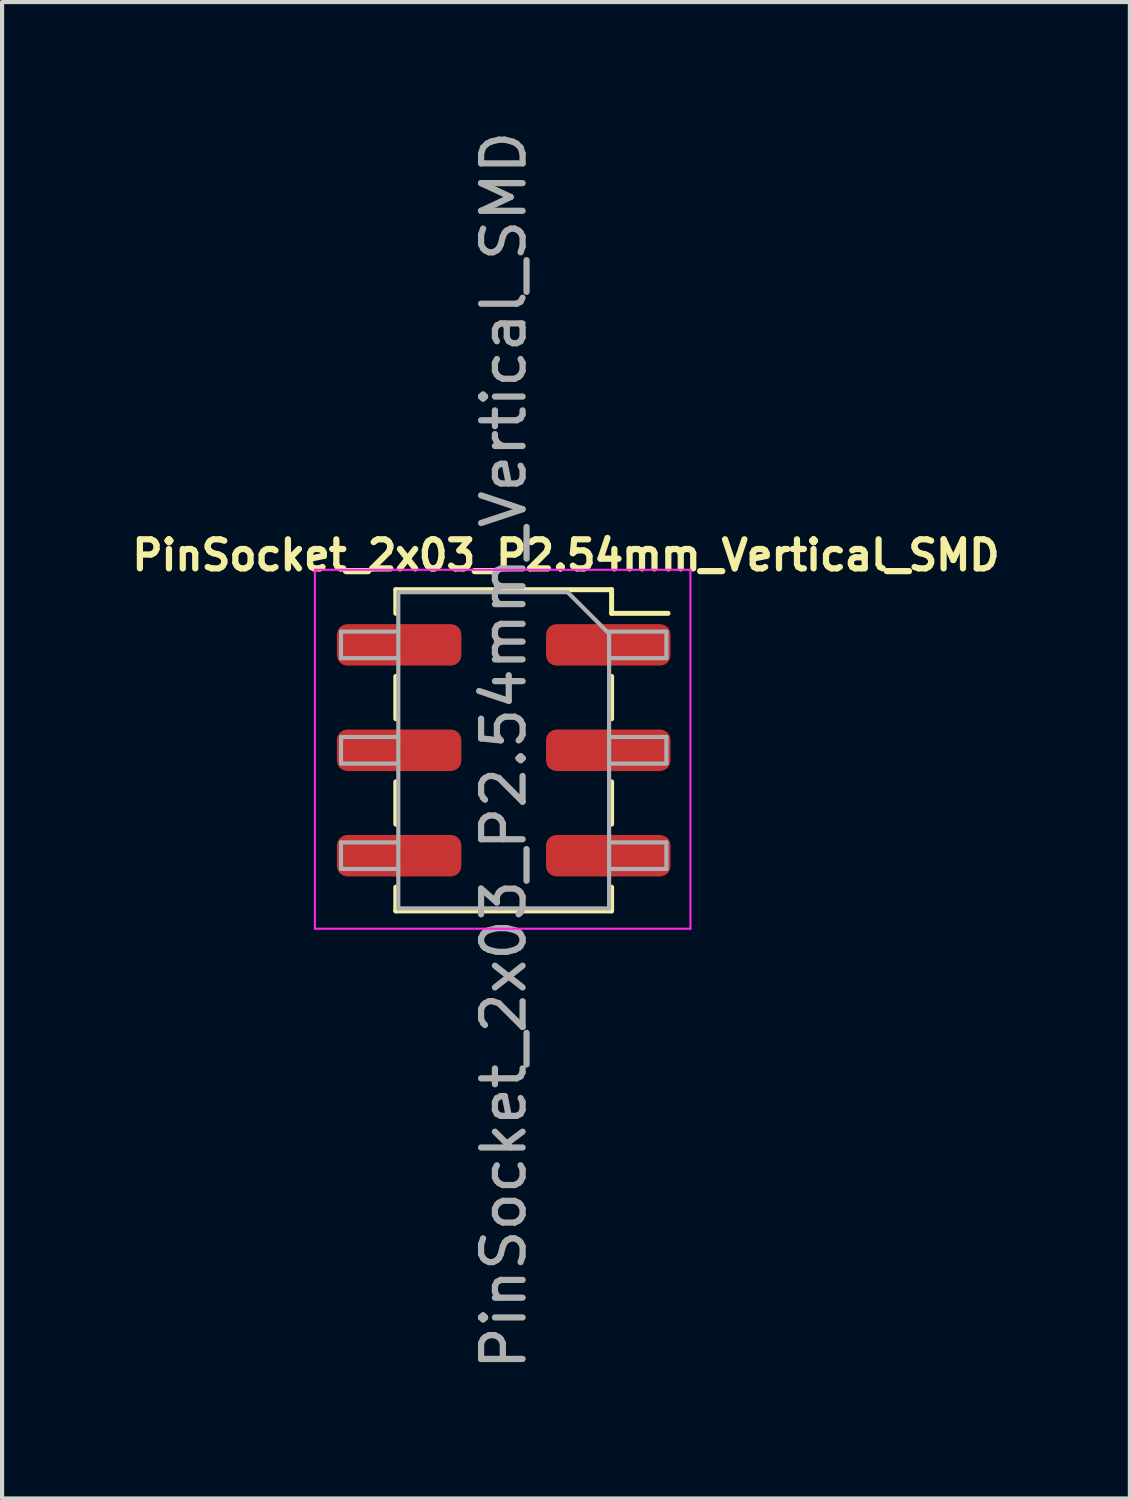
<source format=kicad_pcb>
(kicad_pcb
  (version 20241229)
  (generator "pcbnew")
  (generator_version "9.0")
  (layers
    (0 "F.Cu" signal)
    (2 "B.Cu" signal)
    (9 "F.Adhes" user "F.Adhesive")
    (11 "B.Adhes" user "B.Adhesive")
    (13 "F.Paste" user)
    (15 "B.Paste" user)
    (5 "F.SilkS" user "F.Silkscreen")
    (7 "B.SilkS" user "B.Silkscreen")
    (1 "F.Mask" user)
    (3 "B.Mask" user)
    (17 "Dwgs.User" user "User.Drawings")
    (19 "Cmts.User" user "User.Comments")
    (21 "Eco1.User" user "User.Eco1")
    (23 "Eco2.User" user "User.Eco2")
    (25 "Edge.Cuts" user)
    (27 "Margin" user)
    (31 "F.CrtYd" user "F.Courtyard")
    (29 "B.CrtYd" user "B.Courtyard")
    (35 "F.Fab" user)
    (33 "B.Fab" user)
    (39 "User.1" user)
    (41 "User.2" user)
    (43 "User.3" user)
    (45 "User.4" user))
  (footprint "PinSocket_2x03_P2.54mm_Vertical_SMD"
    (layer "F.Cu")
    (at 9.088 15.03)
    (property "Reference" "PinSocket_2x03_P2.54mm_Vertical_SMD" (at 1.5 -4.7 0) (layer "F.SilkS") (effects (font (size 0.7 0.7) (thickness 0.15))))
    (attr smd)
    (fp_line (start -2.6 -3.87) (end -2.6 -3.3) (stroke (width 0.12) (type solid)) (layer "F.SilkS"))
    (fp_line (start -2.6 -3.87) (end 2.6 -3.87) (stroke (width 0.12) (type solid)) (layer "F.SilkS"))
    (fp_line (start -2.6 -1.78) (end -2.6 -0.76) (stroke (width 0.12) (type solid)) (layer "F.SilkS"))
    (fp_line (start -2.6 0.76) (end -2.6 1.78) (stroke (width 0.12) (type solid)) (layer "F.SilkS"))
    (fp_line (start -2.6 3.3) (end -2.6 3.87) (stroke (width 0.12) (type solid)) (layer "F.SilkS"))
    (fp_line (start -2.6 3.87) (end 2.6 3.87) (stroke (width 0.12) (type solid)) (layer "F.SilkS"))
    (fp_line (start 2.6 -3.87) (end 2.6 -3.3) (stroke (width 0.12) (type solid)) (layer "F.SilkS"))
    (fp_line (start 2.6 -3.3) (end 3.96 -3.3) (stroke (width 0.12) (type solid)) (layer "F.SilkS"))
    (fp_line (start 2.6 -1.78) (end 2.6 -0.76) (stroke (width 0.12) (type solid)) (layer "F.SilkS"))
    (fp_line (start 2.6 0.76) (end 2.6 1.78) (stroke (width 0.12) (type solid)) (layer "F.SilkS"))
    (fp_line (start 2.6 3.3) (end 2.6 3.87) (stroke (width 0.12) (type solid)) (layer "F.SilkS"))
    (fp_line (start -4.55 -4.35) (end 4.5 -4.35) (stroke (width 0.05) (type solid)) (layer "F.CrtYd"))
    (fp_line (start -4.55 4.3) (end -4.55 -4.35) (stroke (width 0.05) (type solid)) (layer "F.CrtYd"))
    (fp_line (start 4.5 -4.35) (end 4.5 4.3) (stroke (width 0.05) (type solid)) (layer "F.CrtYd"))
    (fp_line (start 4.5 4.3) (end -4.55 4.3) (stroke (width 0.05) (type solid)) (layer "F.CrtYd"))
    (fp_line (start -3.92 -2.86) (end -2.54 -2.86) (stroke (width 0.1) (type solid)) (layer "F.Fab"))
    (fp_line (start -3.92 -2.22) (end -3.92 -2.86) (stroke (width 0.1) (type solid)) (layer "F.Fab"))
    (fp_line (start -3.92 -0.32) (end -2.54 -0.32) (stroke (width 0.1) (type solid)) (layer "F.Fab"))
    (fp_line (start -3.92 0.32) (end -3.92 -0.32) (stroke (width 0.1) (type solid)) (layer "F.Fab"))
    (fp_line (start -3.92 2.22) (end -2.54 2.22) (stroke (width 0.1) (type solid)) (layer "F.Fab"))
    (fp_line (start -3.92 2.86) (end -3.92 2.22) (stroke (width 0.1) (type solid)) (layer "F.Fab"))
    (fp_line (start -2.54 -3.81) (end 1.54 -3.81) (stroke (width 0.1) (type solid)) (layer "F.Fab"))
    (fp_line (start -2.54 -2.22) (end -3.92 -2.22) (stroke (width 0.1) (type solid)) (layer "F.Fab"))
    (fp_line (start -2.54 0.32) (end -3.92 0.32) (stroke (width 0.1) (type solid)) (layer "F.Fab"))
    (fp_line (start -2.54 2.86) (end -3.92 2.86) (stroke (width 0.1) (type solid)) (layer "F.Fab"))
    (fp_line (start -2.54 3.81) (end -2.54 -3.81) (stroke (width 0.1) (type solid)) (layer "F.Fab"))
    (fp_line (start 1.54 -3.81) (end 2.54 -2.81) (stroke (width 0.1) (type solid)) (layer "F.Fab"))
    (fp_line (start 2.54 -2.86) (end 3.92 -2.86) (stroke (width 0.1) (type solid)) (layer "F.Fab"))
    (fp_line (start 2.54 -2.81) (end 2.54 3.81) (stroke (width 0.1) (type solid)) (layer "F.Fab"))
    (fp_line (start 2.54 -0.32) (end 3.92 -0.32) (stroke (width 0.1) (type solid)) (layer "F.Fab"))
    (fp_line (start 2.54 2.22) (end 3.92 2.22) (stroke (width 0.1) (type solid)) (layer "F.Fab"))
    (fp_line (start 2.54 3.81) (end -2.54 3.81) (stroke (width 0.1) (type solid)) (layer "F.Fab"))
    (fp_line (start 3.92 -2.86) (end 3.92 -2.22) (stroke (width 0.1) (type solid)) (layer "F.Fab"))
    (fp_line (start 3.92 -2.22) (end 2.54 -2.22) (stroke (width 0.1) (type solid)) (layer "F.Fab"))
    (fp_line (start 3.92 -0.32) (end 3.92 0.32) (stroke (width 0.1) (type solid)) (layer "F.Fab"))
    (fp_line (start 3.92 0.32) (end 2.54 0.32) (stroke (width 0.1) (type solid)) (layer "F.Fab"))
    (fp_line (start 3.92 2.22) (end 3.92 2.86) (stroke (width 0.1) (type solid)) (layer "F.Fab"))
    (fp_line (start 3.92 2.86) (end 2.54 2.86) (stroke (width 0.1) (type solid)) (layer "F.Fab"))
    (fp_text user "${REFERENCE}" (at 0 0 90) (layer "F.Fab") (effects (font (size 1 1) (thickness 0.15))))
    (pad "1" smd roundrect (at 2.52 -2.54) (size 3 1) (layers "F.Cu" "F.Mask" "F.Paste") (roundrect_rratio 0.25))
    (pad "2" smd roundrect (at -2.52 -2.54) (size 3 1) (layers "F.Cu" "F.Mask" "F.Paste") (roundrect_rratio 0.25))
    (pad "3" smd roundrect (at 2.52 0) (size 3 1) (layers "F.Cu" "F.Mask" "F.Paste") (roundrect_rratio 0.25))
    (pad "4" smd roundrect (at -2.52 0) (size 3 1) (layers "F.Cu" "F.Mask" "F.Paste") (roundrect_rratio 0.25))
    (pad "5" smd roundrect (at 2.52 2.54) (size 3 1) (layers "F.Cu" "F.Mask" "F.Paste") (roundrect_rratio 0.25))
    (pad "6" smd roundrect (at -2.52 2.54) (size 3 1) (layers "F.Cu" "F.Mask" "F.Paste") (roundrect_rratio 0.25)))
  (gr_rect
    (start -3 -3)
    (end 24.177 33.06)
    (stroke (width 0.1) (type default))
    (fill no)
    (layer "Edge.Cuts")))
</source>
